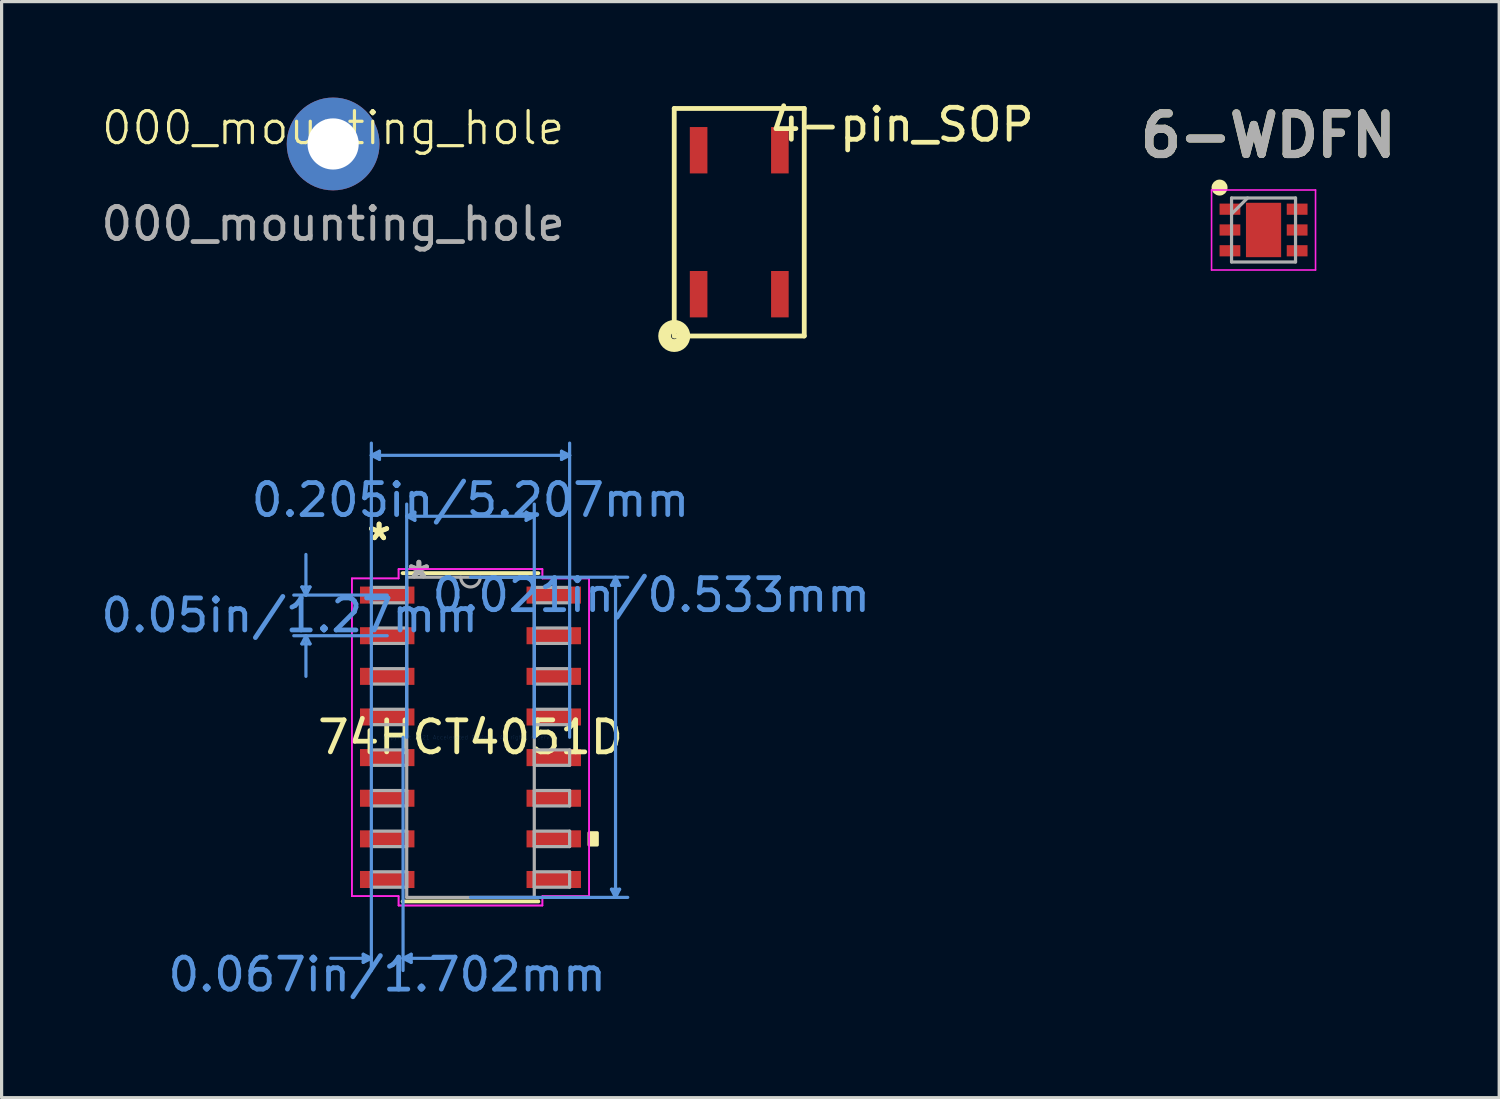
<source format=kicad_pcb>
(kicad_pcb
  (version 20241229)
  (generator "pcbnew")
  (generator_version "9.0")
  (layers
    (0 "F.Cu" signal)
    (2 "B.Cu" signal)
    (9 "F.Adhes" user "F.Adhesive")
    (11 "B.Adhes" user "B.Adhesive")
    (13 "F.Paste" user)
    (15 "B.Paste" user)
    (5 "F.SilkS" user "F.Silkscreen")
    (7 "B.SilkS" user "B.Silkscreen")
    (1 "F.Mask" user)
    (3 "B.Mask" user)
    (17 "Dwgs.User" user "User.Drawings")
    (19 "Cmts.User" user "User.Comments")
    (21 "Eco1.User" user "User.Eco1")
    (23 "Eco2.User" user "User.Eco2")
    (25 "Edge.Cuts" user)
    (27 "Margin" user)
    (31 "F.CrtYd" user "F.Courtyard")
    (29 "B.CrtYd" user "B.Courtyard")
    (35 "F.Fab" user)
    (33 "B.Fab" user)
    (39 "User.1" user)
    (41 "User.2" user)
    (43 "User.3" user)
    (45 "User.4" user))
  (footprint "6-WDFN"
    (layer "F.Cu")
    (at 36.447 4.139)
    (property "Reference" "6-WDFN" (at 0.15 -2.95 0) (layer "F.SilkS") (effects (font (size 1.27 1.27) (thickness 0.254))))
    (attr smd)
    (fp_circle (center -1.375 -1.325) (end -1.375 -1.2) (stroke (width 0.25) (type solid)) (fill no) (layer "F.SilkS"))
    (fp_line (start -1.625 -1.25) (end 1.625 -1.25) (stroke (width 0.05) (type solid)) (layer "F.CrtYd"))
    (fp_line (start -1.625 1.25) (end -1.625 -1.25) (stroke (width 0.05) (type solid)) (layer "F.CrtYd"))
    (fp_line (start 1.625 -1.25) (end 1.625 1.25) (stroke (width 0.05) (type solid)) (layer "F.CrtYd"))
    (fp_line (start 1.625 1.25) (end -1.625 1.25) (stroke (width 0.05) (type solid)) (layer "F.CrtYd"))
    (fp_line (start -1 -1) (end 1 -1) (stroke (width 0.1) (type solid)) (layer "F.Fab"))
    (fp_line (start -1 -0.5) (end -0.5 -1) (stroke (width 0.1) (type solid)) (layer "F.Fab"))
    (fp_line (start -1 1) (end -1 -1) (stroke (width 0.1) (type solid)) (layer "F.Fab"))
    (fp_line (start 1 -1) (end 1 1) (stroke (width 0.1) (type solid)) (layer "F.Fab"))
    (fp_line (start 1 1) (end -1 1) (stroke (width 0.1) (type solid)) (layer "F.Fab"))
    (fp_text user "${REFERENCE}" (at 0.15 -2.95 0) (layer "F.Fab") (effects (font (size 1.27 1.27) (thickness 0.254))))
    (pad "1" smd rect (at -1.05 -0.65 90) (size 0.35 0.65) (layers "F.Cu" "F.Mask" "F.Paste"))
    (pad "2" smd rect (at -1.05 0 90) (size 0.35 0.65) (layers "F.Cu" "F.Mask" "F.Paste"))
    (pad "3" smd rect (at -1.05 0.65 90) (size 0.35 0.65) (layers "F.Cu" "F.Mask" "F.Paste"))
    (pad "4" smd rect (at 1.05 0.65 90) (size 0.35 0.65) (layers "F.Cu" "F.Mask" "F.Paste"))
    (pad "5" smd rect (at 1.05 0 90) (size 0.35 0.65) (layers "F.Cu" "F.Mask" "F.Paste"))
    (pad "6" smd rect (at 1.05 -0.65 90) (size 0.35 0.65) (layers "F.Cu" "F.Mask" "F.Paste"))
    (pad "7" smd rect (at 0 0) (size 1.1 1.7) (layers "F.Cu" "F.Mask" "F.Paste")))
  (footprint "000_mounting_hole"
    (layer "F.Cu")
    (at 7.363 1.45)
    (property "Reference" "000_mounting_hole" (at 0 -0.5 0) (unlocked yes) (layer "F.SilkS") (effects (font (size 1 1) (thickness 0.1))))
    (attr through_hole)
    (fp_text user "${REFERENCE}" (at 0 2.5 0) (unlocked yes) (layer "F.Fab") (effects (font (size 1 1) (thickness 0.15))))
    (pad "1" thru_hole circle (at 0 0) (size 2.9 2.9) (drill 1.6) (layers "*.Cu" "*.Mask")))
  (footprint "74HCT4051D"
    (layer "F.Cu")
    (at 11.657 19.997)
    (property "Reference" "74HCT4051D" (at 0 0 0) (layer "F.SilkS") (effects (font (size 1 1) (thickness 0.15))))
    (attr through_hole)
    (fp_line (start -2.121 5.131) (end 2.121 5.131) (stroke (width 0.12) (type solid)) (layer "F.SilkS"))
    (fp_line (start 2.121 -5.131) (end -2.121 -5.131) (stroke (width 0.12) (type solid)) (layer "F.SilkS"))
    (fp_poly (pts (xy 3.962 2.985) (xy 3.962 3.365) (xy 3.708 3.365) (xy 3.708 2.985)) (stroke (width 0.1) (type solid)) (fill yes) (layer "F.SilkS"))
    (fp_line (start -5.271 -4.699) (end -5.016 -4.699) (stroke (width 0.1) (type solid)) (layer "Cmts.User"))
    (fp_line (start -5.271 -2.921) (end -5.016 -2.921) (stroke (width 0.1) (type solid)) (layer "Cmts.User"))
    (fp_line (start -5.144 -4.445) (end -5.271 -4.699) (stroke (width 0.1) (type solid)) (layer "Cmts.User"))
    (fp_line (start -5.144 -4.445) (end -5.144 -5.715) (stroke (width 0.1) (type solid)) (layer "Cmts.User"))
    (fp_line (start -5.144 -4.445) (end -5.016 -4.699) (stroke (width 0.1) (type solid)) (layer "Cmts.User"))
    (fp_line (start -5.144 -3.175) (end -5.271 -2.921) (stroke (width 0.1) (type solid)) (layer "Cmts.User"))
    (fp_line (start -5.144 -3.175) (end -5.144 -1.905) (stroke (width 0.1) (type solid)) (layer "Cmts.User"))
    (fp_line (start -5.144 -3.175) (end -5.016 -2.921) (stroke (width 0.1) (type solid)) (layer "Cmts.User"))
    (fp_line (start -3.353 6.782) (end -3.353 7.036) (stroke (width 0.1) (type solid)) (layer "Cmts.User"))
    (fp_line (start -3.099 -8.814) (end -2.845 -8.941) (stroke (width 0.1) (type solid)) (layer "Cmts.User"))
    (fp_line (start -3.099 -8.814) (end -2.845 -8.687) (stroke (width 0.1) (type solid)) (layer "Cmts.User"))
    (fp_line (start -3.099 -8.814) (end 3.099 -8.814) (stroke (width 0.1) (type solid)) (layer "Cmts.User"))
    (fp_line (start -3.099 0) (end -3.099 -9.195) (stroke (width 0.1) (type solid)) (layer "Cmts.User"))
    (fp_line (start -3.099 0) (end -3.099 7.29) (stroke (width 0.1) (type solid)) (layer "Cmts.User"))
    (fp_line (start -3.099 6.909) (end -4.369 6.909) (stroke (width 0.1) (type solid)) (layer "Cmts.User"))
    (fp_line (start -3.099 6.909) (end -3.353 6.782) (stroke (width 0.1) (type solid)) (layer "Cmts.User"))
    (fp_line (start -3.099 6.909) (end -3.353 7.036) (stroke (width 0.1) (type solid)) (layer "Cmts.User"))
    (fp_line (start -2.845 -8.941) (end -2.845 -8.687) (stroke (width 0.1) (type solid)) (layer "Cmts.User"))
    (fp_line (start -2.603 -4.445) (end -5.524 -4.445) (stroke (width 0.1) (type solid)) (layer "Cmts.User"))
    (fp_line (start -2.603 -3.175) (end -5.524 -3.175) (stroke (width 0.1) (type solid)) (layer "Cmts.User"))
    (fp_line (start -2.108 0) (end -2.108 7.29) (stroke (width 0.1) (type solid)) (layer "Cmts.User"))
    (fp_line (start -2.108 6.909) (end -1.854 6.782) (stroke (width 0.1) (type solid)) (layer "Cmts.User"))
    (fp_line (start -2.108 6.909) (end -1.854 7.036) (stroke (width 0.1) (type solid)) (layer "Cmts.User"))
    (fp_line (start -2.108 6.909) (end -0.838 6.909) (stroke (width 0.1) (type solid)) (layer "Cmts.User"))
    (fp_line (start -1.994 -6.909) (end -1.74 -7.036) (stroke (width 0.1) (type solid)) (layer "Cmts.User"))
    (fp_line (start -1.994 -6.909) (end -1.74 -6.782) (stroke (width 0.1) (type solid)) (layer "Cmts.User"))
    (fp_line (start -1.994 -6.909) (end 1.994 -6.909) (stroke (width 0.1) (type solid)) (layer "Cmts.User"))
    (fp_line (start -1.994 0) (end -1.994 -7.29) (stroke (width 0.1) (type solid)) (layer "Cmts.User"))
    (fp_line (start -1.854 6.782) (end -1.854 7.036) (stroke (width 0.1) (type solid)) (layer "Cmts.User"))
    (fp_line (start -1.74 -7.036) (end -1.74 -6.782) (stroke (width 0.1) (type solid)) (layer "Cmts.User"))
    (fp_line (start 0 -5.004) (end 4.915 -5.004) (stroke (width 0.1) (type solid)) (layer "Cmts.User"))
    (fp_line (start 0 5.004) (end 4.915 5.004) (stroke (width 0.1) (type solid)) (layer "Cmts.User"))
    (fp_line (start 1.74 -7.036) (end 1.74 -6.782) (stroke (width 0.1) (type solid)) (layer "Cmts.User"))
    (fp_line (start 1.994 -6.909) (end 1.74 -7.036) (stroke (width 0.1) (type solid)) (layer "Cmts.User"))
    (fp_line (start 1.994 -6.909) (end 1.74 -6.782) (stroke (width 0.1) (type solid)) (layer "Cmts.User"))
    (fp_line (start 1.994 0) (end 1.994 -7.29) (stroke (width 0.1) (type solid)) (layer "Cmts.User"))
    (fp_line (start 2.845 -8.941) (end 2.845 -8.687) (stroke (width 0.1) (type solid)) (layer "Cmts.User"))
    (fp_line (start 3.099 -8.814) (end 2.845 -8.941) (stroke (width 0.1) (type solid)) (layer "Cmts.User"))
    (fp_line (start 3.099 -8.814) (end 2.845 -8.687) (stroke (width 0.1) (type solid)) (layer "Cmts.User"))
    (fp_line (start 3.099 0) (end 3.099 -9.195) (stroke (width 0.1) (type solid)) (layer "Cmts.User"))
    (fp_line (start 4.407 -4.75) (end 4.661 -4.75) (stroke (width 0.1) (type solid)) (layer "Cmts.User"))
    (fp_line (start 4.407 4.75) (end 4.661 4.75) (stroke (width 0.1) (type solid)) (layer "Cmts.User"))
    (fp_line (start 4.534 -5.004) (end 4.407 -4.75) (stroke (width 0.1) (type solid)) (layer "Cmts.User"))
    (fp_line (start 4.534 -5.004) (end 4.534 5.004) (stroke (width 0.1) (type solid)) (layer "Cmts.User"))
    (fp_line (start 4.534 -5.004) (end 4.661 -4.75) (stroke (width 0.1) (type solid)) (layer "Cmts.User"))
    (fp_line (start 4.534 5.004) (end 4.407 4.75) (stroke (width 0.1) (type solid)) (layer "Cmts.User"))
    (fp_line (start 4.534 5.004) (end 4.661 4.75) (stroke (width 0.1) (type solid)) (layer "Cmts.User"))
    (fp_line (start -3.708 -4.966) (end -2.248 -4.966) (stroke (width 0.05) (type solid)) (layer "F.CrtYd"))
    (fp_line (start -3.708 -4.966) (end -2.248 -4.966) (stroke (width 0.05) (type solid)) (layer "F.CrtYd"))
    (fp_line (start -3.708 4.966) (end -3.708 -4.966) (stroke (width 0.05) (type solid)) (layer "F.CrtYd"))
    (fp_line (start -3.708 4.966) (end -3.708 -4.966) (stroke (width 0.05) (type solid)) (layer "F.CrtYd"))
    (fp_line (start -3.708 4.966) (end -2.248 4.966) (stroke (width 0.05) (type solid)) (layer "F.CrtYd"))
    (fp_line (start -2.248 -5.258) (end 2.248 -5.258) (stroke (width 0.05) (type solid)) (layer "F.CrtYd"))
    (fp_line (start -2.248 -5.258) (end 2.248 -5.258) (stroke (width 0.05) (type solid)) (layer "F.CrtYd"))
    (fp_line (start -2.248 -4.966) (end -2.248 -5.258) (stroke (width 0.05) (type solid)) (layer "F.CrtYd"))
    (fp_line (start -2.248 -4.966) (end -2.248 -5.258) (stroke (width 0.05) (type solid)) (layer "F.CrtYd"))
    (fp_line (start -2.248 4.966) (end -3.708 4.966) (stroke (width 0.05) (type solid)) (layer "F.CrtYd"))
    (fp_line (start -2.248 5.258) (end -2.248 4.966) (stroke (width 0.05) (type solid)) (layer "F.CrtYd"))
    (fp_line (start -2.248 5.258) (end -2.248 4.966) (stroke (width 0.05) (type solid)) (layer "F.CrtYd"))
    (fp_line (start 2.248 -5.258) (end 2.248 -4.966) (stroke (width 0.05) (type solid)) (layer "F.CrtYd"))
    (fp_line (start 2.248 -5.258) (end 2.248 -4.966) (stroke (width 0.05) (type solid)) (layer "F.CrtYd"))
    (fp_line (start 2.248 -4.966) (end 3.708 -4.966) (stroke (width 0.05) (type solid)) (layer "F.CrtYd"))
    (fp_line (start 2.248 4.966) (end 2.248 5.258) (stroke (width 0.05) (type solid)) (layer "F.CrtYd"))
    (fp_line (start 2.248 4.966) (end 2.248 5.258) (stroke (width 0.05) (type solid)) (layer "F.CrtYd"))
    (fp_line (start 2.248 5.258) (end -2.248 5.258) (stroke (width 0.05) (type solid)) (layer "F.CrtYd"))
    (fp_line (start 2.248 5.258) (end -2.248 5.258) (stroke (width 0.05) (type solid)) (layer "F.CrtYd"))
    (fp_line (start 3.708 -4.966) (end 2.248 -4.966) (stroke (width 0.05) (type solid)) (layer "F.CrtYd"))
    (fp_line (start 3.708 -4.966) (end 3.708 4.966) (stroke (width 0.05) (type solid)) (layer "F.CrtYd"))
    (fp_line (start 3.708 -4.966) (end 3.708 4.966) (stroke (width 0.05) (type solid)) (layer "F.CrtYd"))
    (fp_line (start 3.708 4.966) (end 2.248 4.966) (stroke (width 0.05) (type solid)) (layer "F.CrtYd"))
    (fp_line (start 3.708 4.966) (end 2.248 4.966) (stroke (width 0.05) (type solid)) (layer "F.CrtYd"))
    (fp_line (start -3.099 -4.686) (end -3.099 -4.204) (stroke (width 0.1) (type solid)) (layer "F.Fab"))
    (fp_line (start -3.099 -4.204) (end -1.994 -4.204) (stroke (width 0.1) (type solid)) (layer "F.Fab"))
    (fp_line (start -3.099 -3.416) (end -3.099 -2.934) (stroke (width 0.1) (type solid)) (layer "F.Fab"))
    (fp_line (start -3.099 -2.934) (end -1.994 -2.934) (stroke (width 0.1) (type solid)) (layer "F.Fab"))
    (fp_line (start -3.099 -2.146) (end -3.099 -1.664) (stroke (width 0.1) (type solid)) (layer "F.Fab"))
    (fp_line (start -3.099 -1.664) (end -1.994 -1.664) (stroke (width 0.1) (type solid)) (layer "F.Fab"))
    (fp_line (start -3.099 -0.876) (end -3.099 -0.394) (stroke (width 0.1) (type solid)) (layer "F.Fab"))
    (fp_line (start -3.099 -0.394) (end -1.994 -0.394) (stroke (width 0.1) (type solid)) (layer "F.Fab"))
    (fp_line (start -3.099 0.394) (end -3.099 0.876) (stroke (width 0.1) (type solid)) (layer "F.Fab"))
    (fp_line (start -3.099 0.876) (end -1.994 0.876) (stroke (width 0.1) (type solid)) (layer "F.Fab"))
    (fp_line (start -3.099 1.664) (end -3.099 2.146) (stroke (width 0.1) (type solid)) (layer "F.Fab"))
    (fp_line (start -3.099 2.146) (end -1.994 2.146) (stroke (width 0.1) (type solid)) (layer "F.Fab"))
    (fp_line (start -3.099 2.934) (end -3.099 3.416) (stroke (width 0.1) (type solid)) (layer "F.Fab"))
    (fp_line (start -3.099 3.416) (end -1.994 3.416) (stroke (width 0.1) (type solid)) (layer "F.Fab"))
    (fp_line (start -3.099 4.204) (end -3.099 4.686) (stroke (width 0.1) (type solid)) (layer "F.Fab"))
    (fp_line (start -3.099 4.686) (end -1.994 4.686) (stroke (width 0.1) (type solid)) (layer "F.Fab"))
    (fp_line (start -1.994 -5.004) (end -1.994 5.004) (stroke (width 0.1) (type solid)) (layer "F.Fab"))
    (fp_line (start -1.994 -4.686) (end -3.099 -4.686) (stroke (width 0.1) (type solid)) (layer "F.Fab"))
    (fp_line (start -1.994 -4.204) (end -1.994 -4.686) (stroke (width 0.1) (type solid)) (layer "F.Fab"))
    (fp_line (start -1.994 -3.416) (end -3.099 -3.416) (stroke (width 0.1) (type solid)) (layer "F.Fab"))
    (fp_line (start -1.994 -2.934) (end -1.994 -3.416) (stroke (width 0.1) (type solid)) (layer "F.Fab"))
    (fp_line (start -1.994 -2.146) (end -3.099 -2.146) (stroke (width 0.1) (type solid)) (layer "F.Fab"))
    (fp_line (start -1.994 -1.664) (end -1.994 -2.146) (stroke (width 0.1) (type solid)) (layer "F.Fab"))
    (fp_line (start -1.994 -0.876) (end -3.099 -0.876) (stroke (width 0.1) (type solid)) (layer "F.Fab"))
    (fp_line (start -1.994 -0.394) (end -1.994 -0.876) (stroke (width 0.1) (type solid)) (layer "F.Fab"))
    (fp_line (start -1.994 0.394) (end -3.099 0.394) (stroke (width 0.1) (type solid)) (layer "F.Fab"))
    (fp_line (start -1.994 0.876) (end -1.994 0.394) (stroke (width 0.1) (type solid)) (layer "F.Fab"))
    (fp_line (start -1.994 1.664) (end -3.099 1.664) (stroke (width 0.1) (type solid)) (layer "F.Fab"))
    (fp_line (start -1.994 2.146) (end -1.994 1.664) (stroke (width 0.1) (type solid)) (layer "F.Fab"))
    (fp_line (start -1.994 2.934) (end -3.099 2.934) (stroke (width 0.1) (type solid)) (layer "F.Fab"))
    (fp_line (start -1.994 3.416) (end -1.994 2.934) (stroke (width 0.1) (type solid)) (layer "F.Fab"))
    (fp_line (start -1.994 4.204) (end -3.099 4.204) (stroke (width 0.1) (type solid)) (layer "F.Fab"))
    (fp_line (start -1.994 4.686) (end -1.994 4.204) (stroke (width 0.1) (type solid)) (layer "F.Fab"))
    (fp_line (start -1.994 5.004) (end 1.994 5.004) (stroke (width 0.1) (type solid)) (layer "F.Fab"))
    (fp_line (start 1.994 -5.004) (end -1.994 -5.004) (stroke (width 0.1) (type solid)) (layer "F.Fab"))
    (fp_line (start 1.994 -4.686) (end 1.994 -4.204) (stroke (width 0.1) (type solid)) (layer "F.Fab"))
    (fp_line (start 1.994 -4.204) (end 3.099 -4.204) (stroke (width 0.1) (type solid)) (layer "F.Fab"))
    (fp_line (start 1.994 -3.416) (end 1.994 -2.934) (stroke (width 0.1) (type solid)) (layer "F.Fab"))
    (fp_line (start 1.994 -2.934) (end 3.099 -2.934) (stroke (width 0.1) (type solid)) (layer "F.Fab"))
    (fp_line (start 1.994 -2.146) (end 1.994 -1.664) (stroke (width 0.1) (type solid)) (layer "F.Fab"))
    (fp_line (start 1.994 -1.664) (end 3.099 -1.664) (stroke (width 0.1) (type solid)) (layer "F.Fab"))
    (fp_line (start 1.994 -0.876) (end 1.994 -0.394) (stroke (width 0.1) (type solid)) (layer "F.Fab"))
    (fp_line (start 1.994 -0.394) (end 3.099 -0.394) (stroke (width 0.1) (type solid)) (layer "F.Fab"))
    (fp_line (start 1.994 0.394) (end 1.994 0.876) (stroke (width 0.1) (type solid)) (layer "F.Fab"))
    (fp_line (start 1.994 0.876) (end 3.099 0.876) (stroke (width 0.1) (type solid)) (layer "F.Fab"))
    (fp_line (start 1.994 1.664) (end 1.994 2.146) (stroke (width 0.1) (type solid)) (layer "F.Fab"))
    (fp_line (start 1.994 2.146) (end 3.099 2.146) (stroke (width 0.1) (type solid)) (layer "F.Fab"))
    (fp_line (start 1.994 2.934) (end 1.994 3.416) (stroke (width 0.1) (type solid)) (layer "F.Fab"))
    (fp_line (start 1.994 3.416) (end 3.099 3.416) (stroke (width 0.1) (type solid)) (layer "F.Fab"))
    (fp_line (start 1.994 4.204) (end 1.994 4.686) (stroke (width 0.1) (type solid)) (layer "F.Fab"))
    (fp_line (start 1.994 4.686) (end 3.099 4.686) (stroke (width 0.1) (type solid)) (layer "F.Fab"))
    (fp_line (start 1.994 5.004) (end 1.994 -5.004) (stroke (width 0.1) (type solid)) (layer "F.Fab"))
    (fp_line (start 3.099 -4.686) (end 1.994 -4.686) (stroke (width 0.1) (type solid)) (layer "F.Fab"))
    (fp_line (start 3.099 -4.204) (end 3.099 -4.686) (stroke (width 0.1) (type solid)) (layer "F.Fab"))
    (fp_line (start 3.099 -3.416) (end 1.994 -3.416) (stroke (width 0.1) (type solid)) (layer "F.Fab"))
    (fp_line (start 3.099 -2.934) (end 3.099 -3.416) (stroke (width 0.1) (type solid)) (layer "F.Fab"))
    (fp_line (start 3.099 -2.146) (end 1.994 -2.146) (stroke (width 0.1) (type solid)) (layer "F.Fab"))
    (fp_line (start 3.099 -1.664) (end 3.099 -2.146) (stroke (width 0.1) (type solid)) (layer "F.Fab"))
    (fp_line (start 3.099 -0.876) (end 1.994 -0.876) (stroke (width 0.1) (type solid)) (layer "F.Fab"))
    (fp_line (start 3.099 -0.394) (end 3.099 -0.876) (stroke (width 0.1) (type solid)) (layer "F.Fab"))
    (fp_line (start 3.099 0.394) (end 1.994 0.394) (stroke (width 0.1) (type solid)) (layer "F.Fab"))
    (fp_line (start 3.099 0.876) (end 3.099 0.394) (stroke (width 0.1) (type solid)) (layer "F.Fab"))
    (fp_line (start 3.099 1.664) (end 1.994 1.664) (stroke (width 0.1) (type solid)) (layer "F.Fab"))
    (fp_line (start 3.099 2.146) (end 3.099 1.664) (stroke (width 0.1) (type solid)) (layer "F.Fab"))
    (fp_line (start 3.099 2.934) (end 1.994 2.934) (stroke (width 0.1) (type solid)) (layer "F.Fab"))
    (fp_line (start 3.099 3.416) (end 3.099 2.934) (stroke (width 0.1) (type solid)) (layer "F.Fab"))
    (fp_line (start 3.099 4.204) (end 1.994 4.204) (stroke (width 0.1) (type solid)) (layer "F.Fab"))
    (fp_line (start 3.099 4.686) (end 3.099 4.204) (stroke (width 0.1) (type solid)) (layer "F.Fab"))
    (fp_arc (start 0.3048 -5.0038) (mid 0 -4.699) (end -0.3048 -5.0038) (stroke (width 0.1) (type solid)) (layer "F.Fab"))
    (fp_text user "*" (at -2.857 -6.121 0) (layer "F.SilkS") (effects (font (size 1 1) (thickness 0.15))))
    (fp_text user "*" (at -2.857 -6.121 0) (layer "F.SilkS") (effects (font (size 1 1) (thickness 0.15))))
    (fp_text user "0.021in/0.533mm" (at 5.652 -4.445 0) (layer "Cmts.User") (effects (font (size 1 1) (thickness 0.15))))
    (fp_text user "0.067in/1.702mm" (at -2.603 7.417 0) (layer "Cmts.User") (effects (font (size 1 1) (thickness 0.15))))
    (fp_text user "Copyright 2021 Accelerated Designs. All rights reserved." (at 0 0 0) (layer "Cmts.User") (effects (font (size 0.127 0.127) (thickness 0.002))))
    (fp_text user "0.05in/1.27mm" (at -5.652 -3.81 0) (layer "Cmts.User") (effects (font (size 1 1) (thickness 0.15))))
    (fp_text user "0.205in/5.207mm" (at 0 -7.417 0) (layer "Cmts.User") (effects (font (size 1 1) (thickness 0.15))))
    (fp_text user "*" (at -1.613 -4.928 0) (layer "F.Fab") (effects (font (size 1 1) (thickness 0.15))))
    (fp_text user "*" (at -1.613 -4.928 0) (layer "F.Fab") (effects (font (size 1 1) (thickness 0.15))))
    (pad "1" smd rect (at -2.603 -4.445) (size 1.702 0.533) (layers "F.Cu" "F.Mask" "F.Paste"))
    (pad "2" smd rect (at -2.603 -3.175) (size 1.702 0.533) (layers "F.Cu" "F.Mask" "F.Paste"))
    (pad "3" smd rect (at -2.603 -1.905) (size 1.702 0.533) (layers "F.Cu" "F.Mask" "F.Paste"))
    (pad "4" smd rect (at -2.603 -0.635) (size 1.702 0.533) (layers "F.Cu" "F.Mask" "F.Paste"))
    (pad "5" smd rect (at -2.603 0.635) (size 1.702 0.533) (layers "F.Cu" "F.Mask" "F.Paste"))
    (pad "6" smd rect (at -2.603 1.905) (size 1.702 0.533) (layers "F.Cu" "F.Mask" "F.Paste"))
    (pad "7" smd rect (at -2.603 3.175) (size 1.702 0.533) (layers "F.Cu" "F.Mask" "F.Paste"))
    (pad "8" smd rect (at -2.603 4.445) (size 1.702 0.533) (layers "F.Cu" "F.Mask" "F.Paste"))
    (pad "9" smd rect (at 2.603 4.445) (size 1.702 0.533) (layers "F.Cu" "F.Mask" "F.Paste"))
    (pad "10" smd rect (at 2.603 3.175) (size 1.702 0.533) (layers "F.Cu" "F.Mask" "F.Paste"))
    (pad "11" smd rect (at 2.603 1.905) (size 1.702 0.533) (layers "F.Cu" "F.Mask" "F.Paste"))
    (pad "12" smd rect (at 2.603 0.635) (size 1.702 0.533) (layers "F.Cu" "F.Mask" "F.Paste"))
    (pad "13" smd rect (at 2.603 -0.635) (size 1.702 0.533) (layers "F.Cu" "F.Mask" "F.Paste"))
    (pad "14" smd rect (at 2.603 -1.905) (size 1.702 0.533) (layers "F.Cu" "F.Mask" "F.Paste"))
    (pad "15" smd rect (at 2.603 -3.175) (size 1.702 0.533) (layers "F.Cu" "F.Mask" "F.Paste"))
    (pad "16" smd rect (at 2.603 -4.445) (size 1.702 0.533) (layers "F.Cu" "F.Mask" "F.Paste")))
  (footprint "4-pin_SOP"
    (layer "F.Cu")
    (at 20.058 5.42)
    (property "Reference" "4-pin_SOP" (at 5.08 -4.572 0) (layer "F.SilkS") (effects (font (size 1 1) (thickness 0.15))))
    (attr through_hole)
    (fp_line (start -2.032 -5.08) (end 2.032 -5.08) (stroke (width 0.15) (type solid)) (layer "F.SilkS"))
    (fp_line (start -2.032 2.032) (end -2.032 -5.08) (stroke (width 0.15) (type solid)) (layer "F.SilkS"))
    (fp_line (start 2.032 -5.08) (end 2.032 2.032) (stroke (width 0.15) (type solid)) (layer "F.SilkS"))
    (fp_line (start 2.032 2.032) (end -2.032 2.032) (stroke (width 0.15) (type solid)) (layer "F.SilkS"))
    (fp_circle (center -2.032 2.032) (end -1.932 2.032) (stroke (width 0.4) (type solid)) (fill no) (layer "F.SilkS"))
    (pad "1" smd rect (at -1.27 0.726) (size 0.55 1.45) (layers "F.Cu" "F.Mask" "F.Paste"))
    (pad "2" smd rect (at 1.27 0.726) (size 0.55 1.45) (layers "F.Cu" "F.Mask" "F.Paste"))
    (pad "3" smd rect (at 1.27 -3.774) (size 0.55 1.45) (layers "F.Cu" "F.Mask" "F.Paste"))
    (pad "4" smd rect (at -1.27 -3.774) (size 0.55 1.45) (layers "F.Cu" "F.Mask" "F.Paste")))
  (gr_rect
    (start -3 -3)
    (end 43.813 31.262)
    (stroke (width 0.1) (type default))
    (fill no)
    (layer "Edge.Cuts")))
</source>
